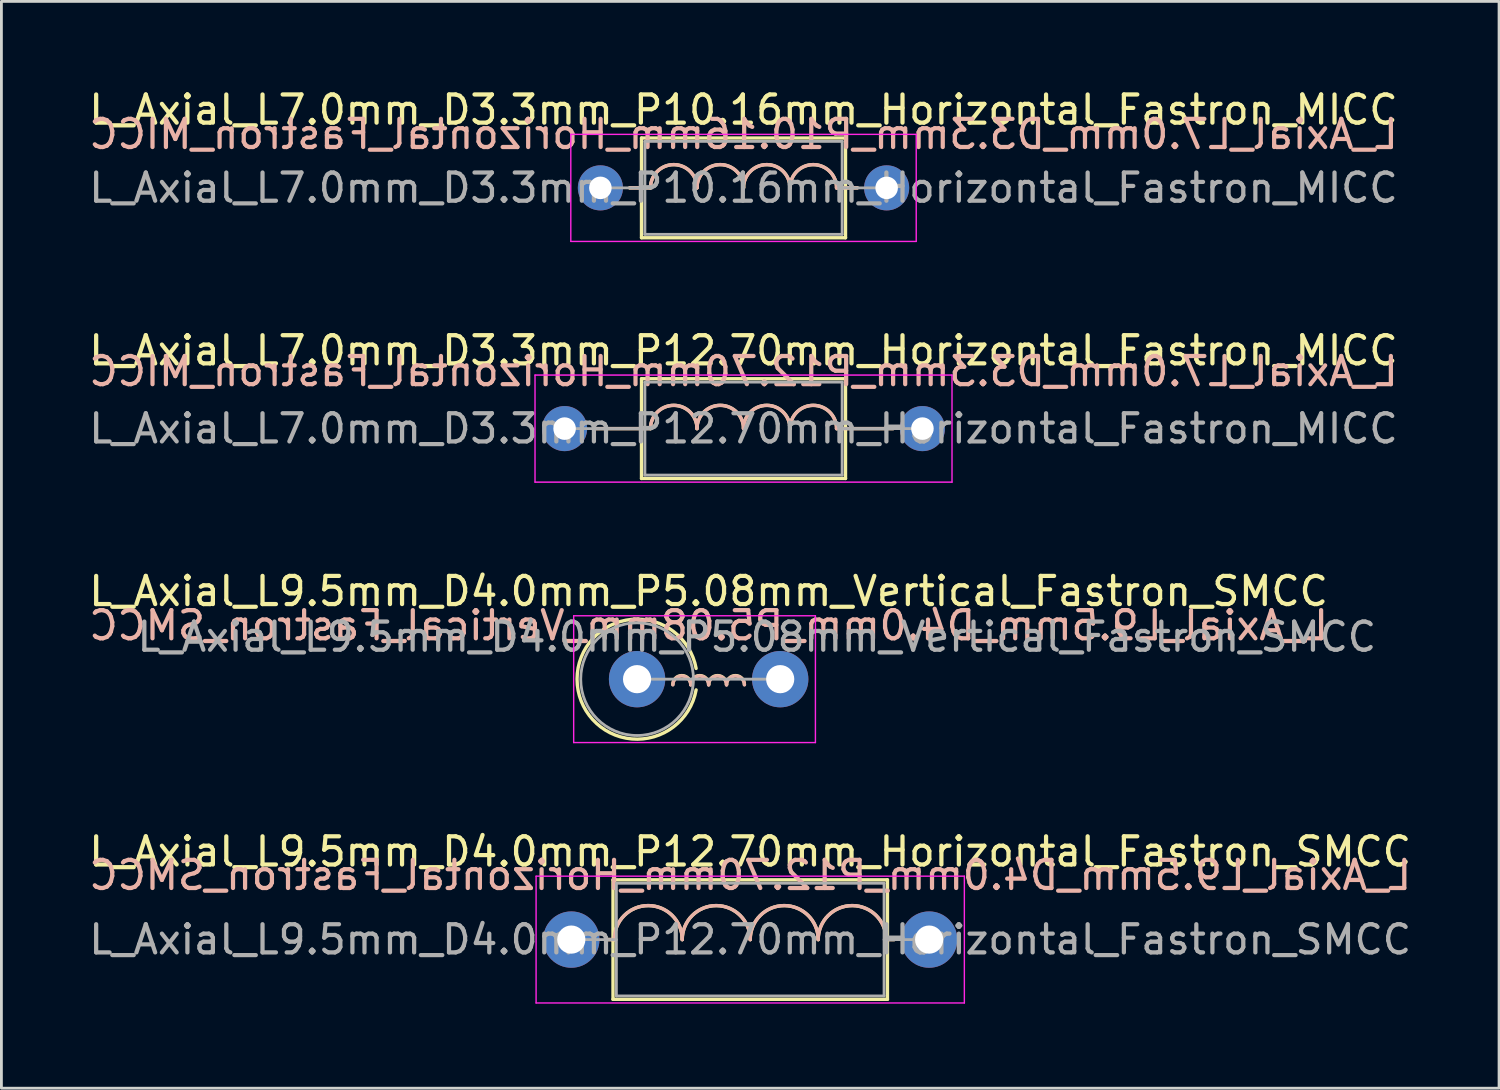
<source format=kicad_pcb>
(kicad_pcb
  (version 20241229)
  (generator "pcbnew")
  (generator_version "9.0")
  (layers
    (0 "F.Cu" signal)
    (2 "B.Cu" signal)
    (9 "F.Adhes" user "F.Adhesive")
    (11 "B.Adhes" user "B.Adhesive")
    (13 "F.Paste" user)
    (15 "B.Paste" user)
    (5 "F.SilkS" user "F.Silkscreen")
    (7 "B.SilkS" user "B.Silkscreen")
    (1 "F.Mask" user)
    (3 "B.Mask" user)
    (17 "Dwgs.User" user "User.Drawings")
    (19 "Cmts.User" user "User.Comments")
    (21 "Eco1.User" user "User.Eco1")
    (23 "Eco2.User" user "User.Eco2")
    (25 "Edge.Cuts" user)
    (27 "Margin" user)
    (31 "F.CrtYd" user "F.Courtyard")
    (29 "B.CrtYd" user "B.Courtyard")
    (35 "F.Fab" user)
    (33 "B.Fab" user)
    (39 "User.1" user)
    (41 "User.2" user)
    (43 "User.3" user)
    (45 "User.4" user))
  (footprint "L_Axial_L9.5mm_D4.0mm_P12.70mm_Horizontal_Fastron_SMCC"
    (layer "F.Cu")
    (at 17.227 30.298)
    (property "Reference" "L_Axial_L9.5mm_D4.0mm_P12.70mm_Horizontal_Fastron_SMCC" (at 6.35 -3.12 0) (layer "F.SilkS") (effects (font (size 1 1) (thickness 0.15))))
    (fp_line (start 1.24 0) (end 1.48 0) (stroke (width 0.12) (type solid)) (layer "F.SilkS"))
    (fp_line (start 1.48 -2.12) (end 1.48 2.12) (stroke (width 0.12) (type solid)) (layer "F.SilkS"))
    (fp_line (start 1.48 2.12) (end 11.22 2.12) (stroke (width 0.12) (type solid)) (layer "F.SilkS"))
    (fp_line (start 1.524 0) (end 1.46 0) (stroke (width 0.12) (type solid)) (layer "F.SilkS"))
    (fp_line (start 11.176 0) (end 11.22 0) (stroke (width 0.12) (type solid)) (layer "F.SilkS"))
    (fp_line (start 11.22 -2.12) (end 1.48 -2.12) (stroke (width 0.12) (type solid)) (layer "F.SilkS"))
    (fp_line (start 11.22 2.12) (end 11.22 -2.12) (stroke (width 0.12) (type solid)) (layer "F.SilkS"))
    (fp_line (start 11.46 0) (end 11.22 0) (stroke (width 0.12) (type solid)) (layer "F.SilkS"))
    (fp_arc (start 1.524 0) (mid 2.7305 -1.2065) (end 3.937 0) (stroke (width 0.12) (type solid)) (layer "F.SilkS"))
    (fp_arc (start 3.937 0) (mid 5.1435 -1.2065) (end 6.35 0) (stroke (width 0.12) (type solid)) (layer "F.SilkS"))
    (fp_arc (start 6.35 0) (mid 7.5565 -1.2065) (end 8.763 0) (stroke (width 0.12) (type solid)) (layer "F.SilkS"))
    (fp_arc (start 8.763 0) (mid 9.9695 -1.2065) (end 11.176 0) (stroke (width 0.12) (type solid)) (layer "F.SilkS"))
    (fp_line (start 1.24 0) (end 1.48 0) (stroke (width 0.12) (type solid)) (layer "B.SilkS"))
    (fp_line (start 1.524 0) (end 1.48 0) (stroke (width 0.12) (type solid)) (layer "B.SilkS"))
    (fp_line (start 11.176 0) (end 11.239 0) (stroke (width 0.12) (type solid)) (layer "B.SilkS"))
    (fp_line (start 11.46 0) (end 11.22 0) (stroke (width 0.12) (type solid)) (layer "B.SilkS"))
    (fp_arc (start 1.524 0) (mid 2.7305 -1.2065) (end 3.937 0) (stroke (width 0.12) (type solid)) (layer "B.SilkS"))
    (fp_arc (start 3.937 0) (mid 5.1435 -1.2065) (end 6.35 0) (stroke (width 0.12) (type solid)) (layer "B.SilkS"))
    (fp_arc (start 6.35 0) (mid 7.5565 -1.2065) (end 8.763 0) (stroke (width 0.12) (type solid)) (layer "B.SilkS"))
    (fp_arc (start 8.763 0) (mid 9.9695 -1.2065) (end 11.176 0) (stroke (width 0.12) (type solid)) (layer "B.SilkS"))
    (fp_line (start -1.25 -2.25) (end -1.25 2.25) (stroke (width 0.05) (type solid)) (layer "F.CrtYd"))
    (fp_line (start -1.25 2.25) (end 13.95 2.25) (stroke (width 0.05) (type solid)) (layer "F.CrtYd"))
    (fp_line (start 13.95 -2.25) (end -1.25 -2.25) (stroke (width 0.05) (type solid)) (layer "F.CrtYd"))
    (fp_line (start 13.95 2.25) (end 13.95 -2.25) (stroke (width 0.05) (type solid)) (layer "F.CrtYd"))
    (fp_line (start 0 0) (end 1.6 0) (stroke (width 0.1) (type solid)) (layer "F.Fab"))
    (fp_line (start 1.6 -2) (end 1.6 2) (stroke (width 0.1) (type solid)) (layer "F.Fab"))
    (fp_line (start 1.6 2) (end 11.1 2) (stroke (width 0.1) (type solid)) (layer "F.Fab"))
    (fp_line (start 11.1 -2) (end 1.6 -2) (stroke (width 0.1) (type solid)) (layer "F.Fab"))
    (fp_line (start 11.1 2) (end 11.1 -2) (stroke (width 0.1) (type solid)) (layer "F.Fab"))
    (fp_line (start 12.7 0) (end 11.1 0) (stroke (width 0.1) (type solid)) (layer "F.Fab"))
    (fp_text user "${REFERENCE}" (at 6.35 -2.286 0) (layer "B.SilkS") (effects (font (size 1 1) (thickness 0.15)) (justify mirror)))
    (fp_text user "${REFERENCE}" (at 6.35 0 0) (layer "F.Fab") (effects (font (size 1 1) (thickness 0.15))))
    (pad "1" thru_hole circle (at 0 0) (size 2 2) (drill 1) (layers "*.Cu" "*.Mask"))
    (pad "2" thru_hole oval (at 12.7 0) (size 2 2) (drill 1) (layers "*.Cu" "*.Mask")))
  (footprint "L_Axial_L7.0mm_D3.3mm_P12.70mm_Horizontal_Fastron_MICC"
    (layer "F.Cu")
    (at 16.989 12.162)
    (property "Reference" "L_Axial_L7.0mm_D3.3mm_P12.70mm_Horizontal_Fastron_MICC" (at 6.35 -2.77 0) (layer "F.SilkS") (effects (font (size 1 1) (thickness 0.15))))
    (fp_line (start 1.04 0) (end 2.73 0) (stroke (width 0.12) (type solid)) (layer "F.SilkS"))
    (fp_line (start 2.73 -1.77) (end 2.73 1.77) (stroke (width 0.12) (type solid)) (layer "F.SilkS"))
    (fp_line (start 2.73 1.77) (end 9.97 1.77) (stroke (width 0.12) (type solid)) (layer "F.SilkS"))
    (fp_line (start 3.048 0) (end 2.73 0) (stroke (width 0.12) (type solid)) (layer "F.SilkS"))
    (fp_line (start 9.652 0) (end 9.97 0) (stroke (width 0.12) (type solid)) (layer "F.SilkS"))
    (fp_line (start 9.97 -1.77) (end 2.73 -1.77) (stroke (width 0.12) (type solid)) (layer "F.SilkS"))
    (fp_line (start 9.97 1.77) (end 9.97 -1.77) (stroke (width 0.12) (type solid)) (layer "F.SilkS"))
    (fp_line (start 11.66 0) (end 9.97 0) (stroke (width 0.12) (type solid)) (layer "F.SilkS"))
    (fp_arc (start 3.048 0) (mid 3.8735 -0.8255) (end 4.699 0) (stroke (width 0.12) (type solid)) (layer "F.SilkS"))
    (fp_arc (start 4.699 0) (mid 5.5245 -0.8255) (end 6.35 0) (stroke (width 0.12) (type solid)) (layer "F.SilkS"))
    (fp_arc (start 6.35 0) (mid 7.1755 -0.8255) (end 8.001 0) (stroke (width 0.12) (type solid)) (layer "F.SilkS"))
    (fp_arc (start 8.001 0) (mid 8.8265 -0.8255) (end 9.652 0) (stroke (width 0.12) (type solid)) (layer "F.SilkS"))
    (fp_line (start 1.04 0) (end 2.73 0) (stroke (width 0.12) (type solid)) (layer "B.SilkS"))
    (fp_line (start 3.048 0) (end 2.73 0) (stroke (width 0.12) (type solid)) (layer "B.SilkS"))
    (fp_line (start 9.652 0) (end 9.97 0) (stroke (width 0.12) (type solid)) (layer "B.SilkS"))
    (fp_line (start 11.66 0) (end 9.97 0) (stroke (width 0.12) (type solid)) (layer "B.SilkS"))
    (fp_arc (start 3.048 0) (mid 3.8735 -0.8255) (end 4.699 0) (stroke (width 0.12) (type solid)) (layer "B.SilkS"))
    (fp_arc (start 4.699 0) (mid 5.5245 -0.8255) (end 6.35 0) (stroke (width 0.12) (type solid)) (layer "B.SilkS"))
    (fp_arc (start 6.35 0) (mid 7.1755 -0.8255) (end 8.001 0) (stroke (width 0.12) (type solid)) (layer "B.SilkS"))
    (fp_arc (start 8.001 0) (mid 8.8265 -0.8255) (end 9.652 0) (stroke (width 0.12) (type solid)) (layer "B.SilkS"))
    (fp_line (start -1.05 -1.9) (end -1.05 1.9) (stroke (width 0.05) (type solid)) (layer "F.CrtYd"))
    (fp_line (start -1.05 1.9) (end 13.75 1.9) (stroke (width 0.05) (type solid)) (layer "F.CrtYd"))
    (fp_line (start 13.75 -1.9) (end -1.05 -1.9) (stroke (width 0.05) (type solid)) (layer "F.CrtYd"))
    (fp_line (start 13.75 1.9) (end 13.75 -1.9) (stroke (width 0.05) (type solid)) (layer "F.CrtYd"))
    (fp_line (start 0 0) (end 2.85 0) (stroke (width 0.1) (type solid)) (layer "F.Fab"))
    (fp_line (start 2.85 -1.65) (end 2.85 1.65) (stroke (width 0.1) (type solid)) (layer "F.Fab"))
    (fp_line (start 2.85 1.65) (end 9.85 1.65) (stroke (width 0.1) (type solid)) (layer "F.Fab"))
    (fp_line (start 9.85 -1.65) (end 2.85 -1.65) (stroke (width 0.1) (type solid)) (layer "F.Fab"))
    (fp_line (start 9.85 1.65) (end 9.85 -1.65) (stroke (width 0.1) (type solid)) (layer "F.Fab"))
    (fp_line (start 12.7 0) (end 9.85 0) (stroke (width 0.1) (type solid)) (layer "F.Fab"))
    (fp_text user "${REFERENCE}" (at 6.35 -2.032 0) (layer "B.SilkS") (effects (font (size 1 1) (thickness 0.15)) (justify mirror)))
    (fp_text user "${REFERENCE}" (at 6.35 0 0) (layer "F.Fab") (effects (font (size 1 1) (thickness 0.15))))
    (pad "1" thru_hole circle (at 0 0) (size 1.6 1.6) (drill 0.8) (layers "*.Cu" "*.Mask"))
    (pad "2" thru_hole oval (at 12.7 0) (size 1.6 1.6) (drill 0.8) (layers "*.Cu" "*.Mask")))
  (footprint "L_Axial_L7.0mm_D3.3mm_P10.16mm_Horizontal_Fastron_MICC"
    (layer "F.Cu")
    (at 18.259 3.618)
    (property "Reference" "L_Axial_L7.0mm_D3.3mm_P10.16mm_Horizontal_Fastron_MICC" (at 5.08 -2.77 0) (layer "F.SilkS") (effects (font (size 1 1) (thickness 0.15))))
    (fp_line (start 1.04 0) (end 1.46 0) (stroke (width 0.12) (type solid)) (layer "F.SilkS"))
    (fp_line (start 1.46 -1.77) (end 1.46 1.77) (stroke (width 0.12) (type solid)) (layer "F.SilkS"))
    (fp_line (start 1.46 1.77) (end 8.7 1.77) (stroke (width 0.12) (type solid)) (layer "F.SilkS"))
    (fp_line (start 1.778 0) (end 1.46 0) (stroke (width 0.12) (type solid)) (layer "F.SilkS"))
    (fp_line (start 8.382 0) (end 8.7 0) (stroke (width 0.12) (type solid)) (layer "F.SilkS"))
    (fp_line (start 8.7 -1.77) (end 1.46 -1.77) (stroke (width 0.12) (type solid)) (layer "F.SilkS"))
    (fp_line (start 8.7 1.77) (end 8.7 -1.77) (stroke (width 0.12) (type solid)) (layer "F.SilkS"))
    (fp_line (start 9.12 0) (end 8.7 0) (stroke (width 0.12) (type solid)) (layer "F.SilkS"))
    (fp_arc (start 1.778 0) (mid 2.6035 -0.8255) (end 3.429 0) (stroke (width 0.12) (type solid)) (layer "F.SilkS"))
    (fp_arc (start 3.429 0) (mid 4.2545 -0.8255) (end 5.08 0) (stroke (width 0.12) (type solid)) (layer "F.SilkS"))
    (fp_arc (start 5.08 0) (mid 5.9055 -0.8255) (end 6.731 0) (stroke (width 0.12) (type solid)) (layer "F.SilkS"))
    (fp_arc (start 6.731 0) (mid 7.5565 -0.8255) (end 8.382 0) (stroke (width 0.12) (type solid)) (layer "F.SilkS"))
    (fp_line (start 1.04 0) (end 1.46 0) (stroke (width 0.12) (type solid)) (layer "B.SilkS"))
    (fp_line (start 1.778 0) (end 1.46 0) (stroke (width 0.12) (type solid)) (layer "B.SilkS"))
    (fp_line (start 8.382 0) (end 8.7 0) (stroke (width 0.12) (type solid)) (layer "B.SilkS"))
    (fp_line (start 9.12 0) (end 8.7 0) (stroke (width 0.12) (type solid)) (layer "B.SilkS"))
    (fp_arc (start 1.778 0) (mid 2.6035 -0.8255) (end 3.429 0) (stroke (width 0.12) (type solid)) (layer "B.SilkS"))
    (fp_arc (start 3.429 0) (mid 4.2545 -0.8255) (end 5.08 0) (stroke (width 0.12) (type solid)) (layer "B.SilkS"))
    (fp_arc (start 5.08 0) (mid 5.9055 -0.8255) (end 6.731 0) (stroke (width 0.12) (type solid)) (layer "B.SilkS"))
    (fp_arc (start 6.731 0) (mid 7.5565 -0.8255) (end 8.382 0) (stroke (width 0.12) (type solid)) (layer "B.SilkS"))
    (fp_line (start -1.05 -1.9) (end -1.05 1.9) (stroke (width 0.05) (type solid)) (layer "F.CrtYd"))
    (fp_line (start -1.05 1.9) (end 11.21 1.9) (stroke (width 0.05) (type solid)) (layer "F.CrtYd"))
    (fp_line (start 11.21 -1.9) (end -1.05 -1.9) (stroke (width 0.05) (type solid)) (layer "F.CrtYd"))
    (fp_line (start 11.21 1.9) (end 11.21 -1.9) (stroke (width 0.05) (type solid)) (layer "F.CrtYd"))
    (fp_line (start 0 0) (end 1.58 0) (stroke (width 0.1) (type solid)) (layer "F.Fab"))
    (fp_line (start 1.58 -1.65) (end 1.58 1.65) (stroke (width 0.1) (type solid)) (layer "F.Fab"))
    (fp_line (start 1.58 1.65) (end 8.58 1.65) (stroke (width 0.1) (type solid)) (layer "F.Fab"))
    (fp_line (start 8.58 -1.65) (end 1.58 -1.65) (stroke (width 0.1) (type solid)) (layer "F.Fab"))
    (fp_line (start 8.58 1.65) (end 8.58 -1.65) (stroke (width 0.1) (type solid)) (layer "F.Fab"))
    (fp_line (start 10.16 0) (end 8.58 0) (stroke (width 0.1) (type solid)) (layer "F.Fab"))
    (fp_text user "${REFERENCE}" (at 5.08 -1.905 0) (layer "B.SilkS") (effects (font (size 1 1) (thickness 0.15)) (justify mirror)))
    (fp_text user "${REFERENCE}" (at 5.08 0 0) (layer "F.Fab") (effects (font (size 1 1) (thickness 0.15))))
    (pad "1" thru_hole circle (at 0 0) (size 1.6 1.6) (drill 0.8) (layers "*.Cu" "*.Mask"))
    (pad "2" thru_hole oval (at 10.16 0) (size 1.6 1.6) (drill 0.8) (layers "*.Cu" "*.Mask")))
  (footprint "L_Axial_L9.5mm_D4.0mm_P5.08mm_Vertical_Fastron_SMCC"
    (layer "F.Cu")
    (at 19.561 21.055)
    (property "Reference" "L_Axial_L9.5mm_D4.0mm_P5.08mm_Vertical_Fastron_SMCC" (at 2.54 -3.12 0) (layer "F.SilkS") (effects (font (size 1 1) (thickness 0.15))))
    (fp_arc (start 1.27 0.1905) (mid 1.5875 -0.127) (end 1.905 0.1905) (stroke (width 0.12) (type solid)) (layer "F.SilkS"))
    (fp_arc (start 1.905 0.1905) (mid 2.2225 -0.127) (end 2.54 0.1905) (stroke (width 0.12) (type solid)) (layer "F.SilkS"))
    (fp_arc (start 2.0955 0.381) (mid -2.129855 0) (end 2.0955 -0.381) (stroke (width 0.12) (type solid)) (layer "F.SilkS"))
    (fp_arc (start 2.54 0.1905) (mid 2.8575 -0.127) (end 3.175 0.1905) (stroke (width 0.12) (type solid)) (layer "F.SilkS"))
    (fp_arc (start 3.175 0.1905) (mid 3.4925 -0.127) (end 3.81 0.1905) (stroke (width 0.12) (type solid)) (layer "F.SilkS"))
    (fp_arc (start 1.27 0.2032) (mid 1.5875 -0.1143) (end 1.905 0.2032) (stroke (width 0.12) (type solid)) (layer "B.SilkS"))
    (fp_arc (start 1.905 0.2032) (mid 2.2225 -0.1143) (end 2.54 0.2032) (stroke (width 0.12) (type solid)) (layer "B.SilkS"))
    (fp_arc (start 2.54 0.2032) (mid 2.8575 -0.1143) (end 3.175 0.2032) (stroke (width 0.12) (type solid)) (layer "B.SilkS"))
    (fp_arc (start 3.175 0.2032) (mid 3.4925 -0.1143) (end 3.81 0.2032) (stroke (width 0.12) (type solid)) (layer "B.SilkS"))
    (fp_line (start -2.25 -2.25) (end -2.25 2.25) (stroke (width 0.05) (type solid)) (layer "F.CrtYd"))
    (fp_line (start -2.25 2.25) (end 6.33 2.25) (stroke (width 0.05) (type solid)) (layer "F.CrtYd"))
    (fp_line (start 6.33 -2.25) (end -2.25 -2.25) (stroke (width 0.05) (type solid)) (layer "F.CrtYd"))
    (fp_line (start 6.33 2.25) (end 6.33 -2.25) (stroke (width 0.05) (type solid)) (layer "F.CrtYd"))
    (fp_line (start 0 0) (end 5.08 0) (stroke (width 0.1) (type solid)) (layer "F.Fab"))
    (fp_circle (center 0 0) (end 2 0) (stroke (width 0.1) (type solid)) (fill no) (layer "F.Fab"))
    (fp_text user "${REFERENCE}" (at 2.54 -1.905 0) (layer "B.SilkS") (effects (font (size 1 1) (thickness 0.15)) (justify mirror)))
    (fp_text user "${REFERENCE}" (at 4.25 -1.5 0) (layer "F.Fab") (effects (font (size 1 1) (thickness 0.15))))
    (pad "1" thru_hole circle (at 0 0) (size 2 2) (drill 1) (layers "*.Cu" "*.Mask"))
    (pad "2" thru_hole oval (at 5.08 0) (size 2 2) (drill 1) (layers "*.Cu" "*.Mask")))
  (gr_rect
    (start -3 -3)
    (end 50.155 35.573)
    (stroke (width 0.1) (type default))
    (fill no)
    (layer "Edge.Cuts")))
</source>
